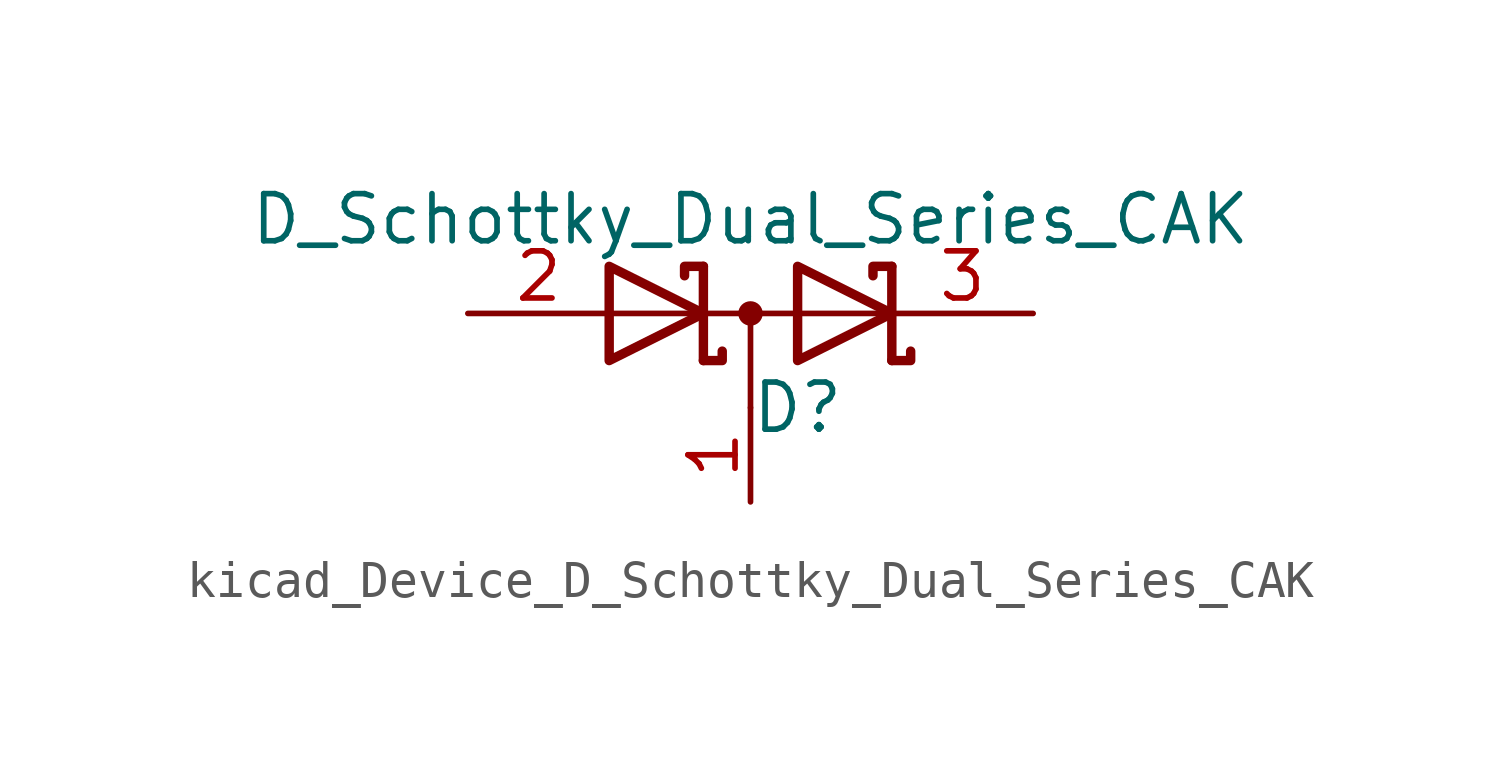
<source format=kicad_sym>
(kicad_symbol_lib
  (version 20220914)
  (generator kicad_symbol_editor)
  (symbol "kicad_Device_D_Schottky_Dual_Series_CAK"
    (pin_names
      (offset 0.762) hide)
    (property "Reference" "D"
      (at 1.27 -2.54 0)
      (effects (font (size 1.27 1.27))))
    (property "Value" "D_Schottky_Dual_Series_CAK"
      (at 0 2.54 0)
      (effects (font (size 1.27 1.27))))
    (symbol "kicad_Device_D_Schottky_Dual_Series_CAK_0_1"
      (polyline (pts (xy -3.81 0) (xy 3.81 0)) (stroke (width 0) (type default)) (fill (type none)))
      (polyline (pts (xy 0 0) (xy 0 -2.54)) (stroke (width 0) (type default)) (fill (type none)))
      (polyline (pts (xy -1.27 -1.27) (xy -1.27 1.27) (xy -1.27 1.27)) (stroke (width 0.254) (type default)) (fill (type none)))
      (polyline (pts (xy 3.81 1.27) (xy 3.81 -1.27) (xy 3.81 -1.27)) (stroke (width 0.254) (type default)) (fill (type none)))
      (polyline (pts (xy -1.27 -1.27) (xy -0.762 -1.27) (xy -0.762 -1.016) (xy -0.762 -1.016)) (stroke (width 0.254) (type default)) (fill (type none)))
      (polyline (pts (xy 3.81 -1.27) (xy 4.318 -1.27) (xy 4.318 -1.016) (xy 4.318 -1.016)) (stroke (width 0.254) (type default)) (fill (type none)))
      (polyline (pts (xy 3.81 1.27) (xy 3.302 1.27) (xy 3.302 1.016) (xy 3.302 1.016)) (stroke (width 0.254) (type default)) (fill (type none)))
      (polyline (pts (xy -1.778 1.016) (xy -1.778 1.27) (xy -1.27 1.27) (xy -1.27 1.27) (xy -1.27 1.27)) (stroke (width 0.254) (type default)) (fill (type none)))
      (polyline (pts (xy -3.81 1.27) (xy -1.27 0) (xy -3.81 -1.27) (xy -3.81 1.27) (xy -3.81 1.27) (xy -3.81 1.27)) (stroke (width 0.254) (type default)) (fill (type none)))
      (polyline (pts (xy 1.27 1.27) (xy 3.81 0) (xy 1.27 -1.27) (xy 1.27 1.27) (xy 1.27 1.27) (xy 1.27 1.27)) (stroke (width 0.254) (type default)) (fill (type none)))
      (circle (center 0 0) (radius 0.254) (stroke (width 0) (type default)) (fill (type outline)))
      (pin passive line (at 0 -5.08 90) (length 2.54) (name "common" (effects (font (size 1.27 1.27)))) (number "1" (effects (font (size 1.27 1.27)))))
      (pin passive line (at -7.62 0 0) (length 3.81) (name "A" (effects (font (size 1.27 1.27)))) (number "2" (effects (font (size 1.27 1.27)))))
      (pin passive line (at 7.62 0 180) (length 3.81) (name "K" (effects (font (size 1.27 1.27)))) (number "3" (effects (font (size 1.27 1.27))))))))
</source>
